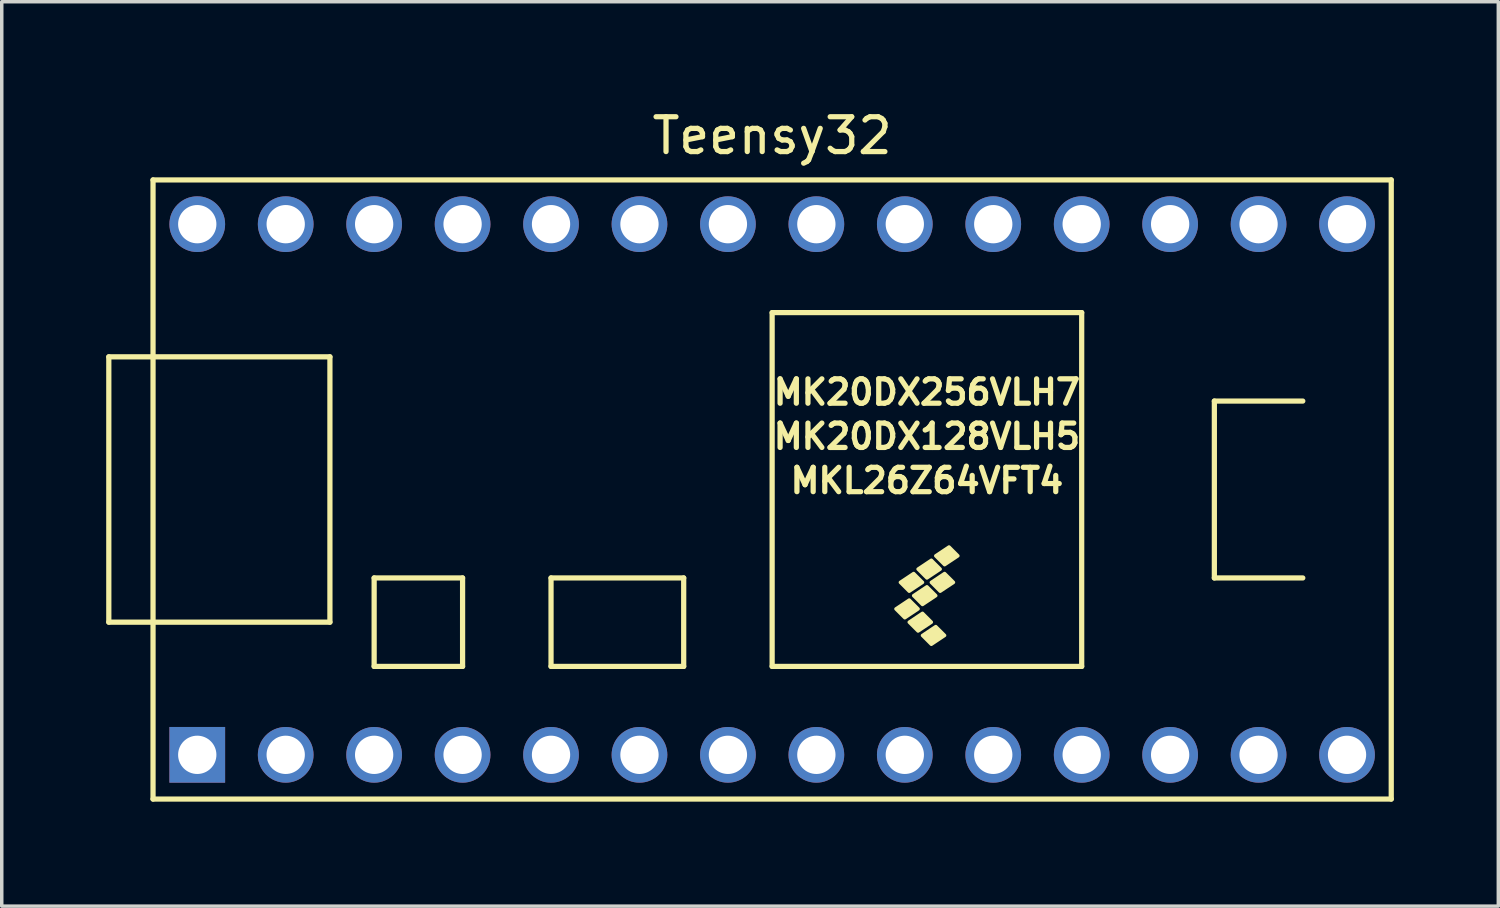
<source format=kicad_pcb>
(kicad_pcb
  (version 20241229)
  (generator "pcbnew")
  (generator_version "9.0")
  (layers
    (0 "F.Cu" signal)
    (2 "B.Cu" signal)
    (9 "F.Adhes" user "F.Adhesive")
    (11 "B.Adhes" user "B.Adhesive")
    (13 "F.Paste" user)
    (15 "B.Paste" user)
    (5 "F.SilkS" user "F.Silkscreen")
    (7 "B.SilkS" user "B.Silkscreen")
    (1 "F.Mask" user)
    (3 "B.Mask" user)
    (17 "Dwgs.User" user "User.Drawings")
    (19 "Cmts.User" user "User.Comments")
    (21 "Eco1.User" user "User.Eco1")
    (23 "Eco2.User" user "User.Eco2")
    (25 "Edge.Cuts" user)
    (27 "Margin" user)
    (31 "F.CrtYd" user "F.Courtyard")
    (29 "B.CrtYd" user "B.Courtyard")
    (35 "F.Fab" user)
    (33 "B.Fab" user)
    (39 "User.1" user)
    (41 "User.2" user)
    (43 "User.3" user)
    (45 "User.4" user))
  (footprint "Teensy32"
    (layer "F.Cu")
    (at 19.125 11.008)
    (property "Reference" "Teensy32" (at 0 -10.16 0) (layer "F.SilkS") (effects (font (size 1 1) (thickness 0.15))))
    (attr through_hole)
    (fp_line (start -19.05 -3.81) (end -17.78 -3.81) (stroke (width 0.15) (type solid)) (layer "F.SilkS"))
    (fp_line (start -19.05 3.81) (end -19.05 -3.81) (stroke (width 0.15) (type solid)) (layer "F.SilkS"))
    (fp_line (start -17.78 -8.89) (end 17.78 -8.89) (stroke (width 0.15) (type solid)) (layer "F.SilkS"))
    (fp_line (start -17.78 3.81) (end -19.05 3.81) (stroke (width 0.15) (type solid)) (layer "F.SilkS"))
    (fp_line (start -17.78 8.89) (end -17.78 -8.89) (stroke (width 0.15) (type solid)) (layer "F.SilkS"))
    (fp_line (start -12.7 -3.81) (end -17.78 -3.81) (stroke (width 0.15) (type solid)) (layer "F.SilkS"))
    (fp_line (start -12.7 3.81) (end -17.78 3.81) (stroke (width 0.15) (type solid)) (layer "F.SilkS"))
    (fp_line (start -12.7 3.81) (end -12.7 -3.81) (stroke (width 0.15) (type solid)) (layer "F.SilkS"))
    (fp_line (start -11.43 2.54) (end -11.43 5.08) (stroke (width 0.15) (type solid)) (layer "F.SilkS"))
    (fp_line (start -11.43 5.08) (end -8.89 5.08) (stroke (width 0.15) (type solid)) (layer "F.SilkS"))
    (fp_line (start -8.89 2.54) (end -11.43 2.54) (stroke (width 0.15) (type solid)) (layer "F.SilkS"))
    (fp_line (start -8.89 5.08) (end -8.89 2.54) (stroke (width 0.15) (type solid)) (layer "F.SilkS"))
    (fp_line (start -6.35 2.54) (end -6.35 5.08) (stroke (width 0.15) (type solid)) (layer "F.SilkS"))
    (fp_line (start -6.35 5.08) (end -2.54 5.08) (stroke (width 0.15) (type solid)) (layer "F.SilkS"))
    (fp_line (start -2.54 2.54) (end -6.35 2.54) (stroke (width 0.15) (type solid)) (layer "F.SilkS"))
    (fp_line (start -2.54 5.08) (end -2.54 2.54) (stroke (width 0.15) (type solid)) (layer "F.SilkS"))
    (fp_line (start 0 -5.08) (end 0 5.08) (stroke (width 0.15) (type solid)) (layer "F.SilkS"))
    (fp_line (start 8.89 -5.08) (end 0 -5.08) (stroke (width 0.15) (type solid)) (layer "F.SilkS"))
    (fp_line (start 8.89 5.08) (end 0 5.08) (stroke (width 0.15) (type solid)) (layer "F.SilkS"))
    (fp_line (start 8.89 5.08) (end 8.89 -5.08) (stroke (width 0.15) (type solid)) (layer "F.SilkS"))
    (fp_line (start 12.7 -2.54) (end 15.24 -2.54) (stroke (width 0.15) (type solid)) (layer "F.SilkS"))
    (fp_line (start 12.7 2.54) (end 12.7 -2.54) (stroke (width 0.15) (type solid)) (layer "F.SilkS"))
    (fp_line (start 15.24 2.54) (end 12.7 2.54) (stroke (width 0.15) (type solid)) (layer "F.SilkS"))
    (fp_line (start 17.78 -8.89) (end 17.78 8.89) (stroke (width 0.15) (type solid)) (layer "F.SilkS"))
    (fp_line (start 17.78 8.89) (end -17.78 8.89) (stroke (width 0.15) (type solid)) (layer "F.SilkS"))
    (fp_poly (pts (xy 3.81 3.683) (xy 3.556 3.429) (xy 3.937 3.175) (xy 4.191 3.429)) (stroke (width 0.1) (type solid)) (fill yes) (layer "F.SilkS"))
    (fp_poly (pts (xy 3.937 2.921) (xy 3.683 2.667) (xy 4.064 2.413) (xy 4.318 2.667)) (stroke (width 0.1) (type solid)) (fill yes) (layer "F.SilkS"))
    (fp_poly (pts (xy 4.191 4.064) (xy 3.937 3.81) (xy 4.318 3.556) (xy 4.572 3.81)) (stroke (width 0.1) (type solid)) (fill yes) (layer "F.SilkS"))
    (fp_poly (pts (xy 4.318 3.302) (xy 4.064 3.048) (xy 4.445 2.794) (xy 4.699 3.048)) (stroke (width 0.1) (type solid)) (fill yes) (layer "F.SilkS"))
    (fp_poly (pts (xy 4.445 2.54) (xy 4.191 2.286) (xy 4.572 2.032) (xy 4.826 2.286)) (stroke (width 0.1) (type solid)) (fill yes) (layer "F.SilkS"))
    (fp_poly (pts (xy 4.572 4.445) (xy 4.318 4.191) (xy 4.699 3.937) (xy 4.953 4.191)) (stroke (width 0.1) (type solid)) (fill yes) (layer "F.SilkS"))
    (fp_poly (pts (xy 4.826 2.921) (xy 4.572 2.667) (xy 4.953 2.413) (xy 5.207 2.667)) (stroke (width 0.1) (type solid)) (fill yes) (layer "F.SilkS"))
    (fp_poly (pts (xy 4.953 2.159) (xy 4.699 1.905) (xy 5.08 1.651) (xy 5.334 1.905)) (stroke (width 0.1) (type solid)) (fill yes) (layer "F.SilkS"))
    (fp_text user "MKL26Z64VFT4" (at 4.445 -0.254 0) (layer "F.SilkS") (effects (font (size 0.7 0.7) (thickness 0.15))))
    (fp_text user "MK20DX128VLH5" (at 4.445 -1.524 0) (layer "F.SilkS") (effects (font (size 0.7 0.7) (thickness 0.15))))
    (fp_text user "MK20DX256VLH7" (at 4.445 -2.794 0) (layer "F.SilkS") (effects (font (size 0.7 0.7) (thickness 0.15))))
    (pad "1" thru_hole rect (at -16.51 7.62) (size 1.6 1.6) (drill 1.1) (layers "*.Cu" "*.Mask"))
    (pad "2" thru_hole circle (at -13.97 7.62) (size 1.6 1.6) (drill 1.1) (layers "*.Cu" "*.Mask"))
    (pad "3" thru_hole circle (at -11.43 7.62) (size 1.6 1.6) (drill 1.1) (layers "*.Cu" "*.Mask"))
    (pad "4" thru_hole circle (at -8.89 7.62) (size 1.6 1.6) (drill 1.1) (layers "*.Cu" "*.Mask"))
    (pad "5" thru_hole circle (at -6.35 7.62) (size 1.6 1.6) (drill 1.1) (layers "*.Cu" "*.Mask"))
    (pad "6" thru_hole circle (at -3.81 7.62) (size 1.6 1.6) (drill 1.1) (layers "*.Cu" "*.Mask"))
    (pad "7" thru_hole circle (at -1.27 7.62) (size 1.6 1.6) (drill 1.1) (layers "*.Cu" "*.Mask"))
    (pad "8" thru_hole circle (at 1.27 7.62) (size 1.6 1.6) (drill 1.1) (layers "*.Cu" "*.Mask"))
    (pad "9" thru_hole circle (at 3.81 7.62) (size 1.6 1.6) (drill 1.1) (layers "*.Cu" "*.Mask"))
    (pad "10" thru_hole circle (at 6.35 7.62) (size 1.6 1.6) (drill 1.1) (layers "*.Cu" "*.Mask"))
    (pad "11" thru_hole circle (at 8.89 7.62) (size 1.6 1.6) (drill 1.1) (layers "*.Cu" "*.Mask"))
    (pad "12" thru_hole circle (at 11.43 7.62) (size 1.6 1.6) (drill 1.1) (layers "*.Cu" "*.Mask"))
    (pad "13" thru_hole circle (at 13.97 7.62) (size 1.6 1.6) (drill 1.1) (layers "*.Cu" "*.Mask"))
    (pad "14" thru_hole circle (at 16.51 7.62) (size 1.6 1.6) (drill 1.1) (layers "*.Cu" "*.Mask"))
    (pad "20" thru_hole circle (at 16.51 -7.62) (size 1.6 1.6) (drill 1.1) (layers "*.Cu" "*.Mask"))
    (pad "21" thru_hole circle (at 13.97 -7.62) (size 1.6 1.6) (drill 1.1) (layers "*.Cu" "*.Mask"))
    (pad "22" thru_hole circle (at 11.43 -7.62) (size 1.6 1.6) (drill 1.1) (layers "*.Cu" "*.Mask"))
    (pad "23" thru_hole circle (at 8.89 -7.62) (size 1.6 1.6) (drill 1.1) (layers "*.Cu" "*.Mask"))
    (pad "24" thru_hole circle (at 6.35 -7.62) (size 1.6 1.6) (drill 1.1) (layers "*.Cu" "*.Mask"))
    (pad "25" thru_hole circle (at 3.81 -7.62) (size 1.6 1.6) (drill 1.1) (layers "*.Cu" "*.Mask"))
    (pad "26" thru_hole circle (at 1.27 -7.62) (size 1.6 1.6) (drill 1.1) (layers "*.Cu" "*.Mask"))
    (pad "27" thru_hole circle (at -1.27 -7.62) (size 1.6 1.6) (drill 1.1) (layers "*.Cu" "*.Mask"))
    (pad "28" thru_hole circle (at -3.81 -7.62) (size 1.6 1.6) (drill 1.1) (layers "*.Cu" "*.Mask"))
    (pad "29" thru_hole circle (at -6.35 -7.62) (size 1.6 1.6) (drill 1.1) (layers "*.Cu" "*.Mask"))
    (pad "30" thru_hole circle (at -8.89 -7.62) (size 1.6 1.6) (drill 1.1) (layers "*.Cu" "*.Mask"))
    (pad "31" thru_hole circle (at -11.43 -7.62) (size 1.6 1.6) (drill 1.1) (layers "*.Cu" "*.Mask"))
    (pad "32" thru_hole circle (at -13.97 -7.62) (size 1.6 1.6) (drill 1.1) (layers "*.Cu" "*.Mask"))
    (pad "33" thru_hole circle (at -16.51 -7.62) (size 1.6 1.6) (drill 1.1) (layers "*.Cu" "*.Mask")))
  (gr_rect
    (start -3 -3)
    (end 39.98 22.973)
    (stroke (width 0.1) (type default))
    (fill no)
    (layer "Edge.Cuts")))
</source>
